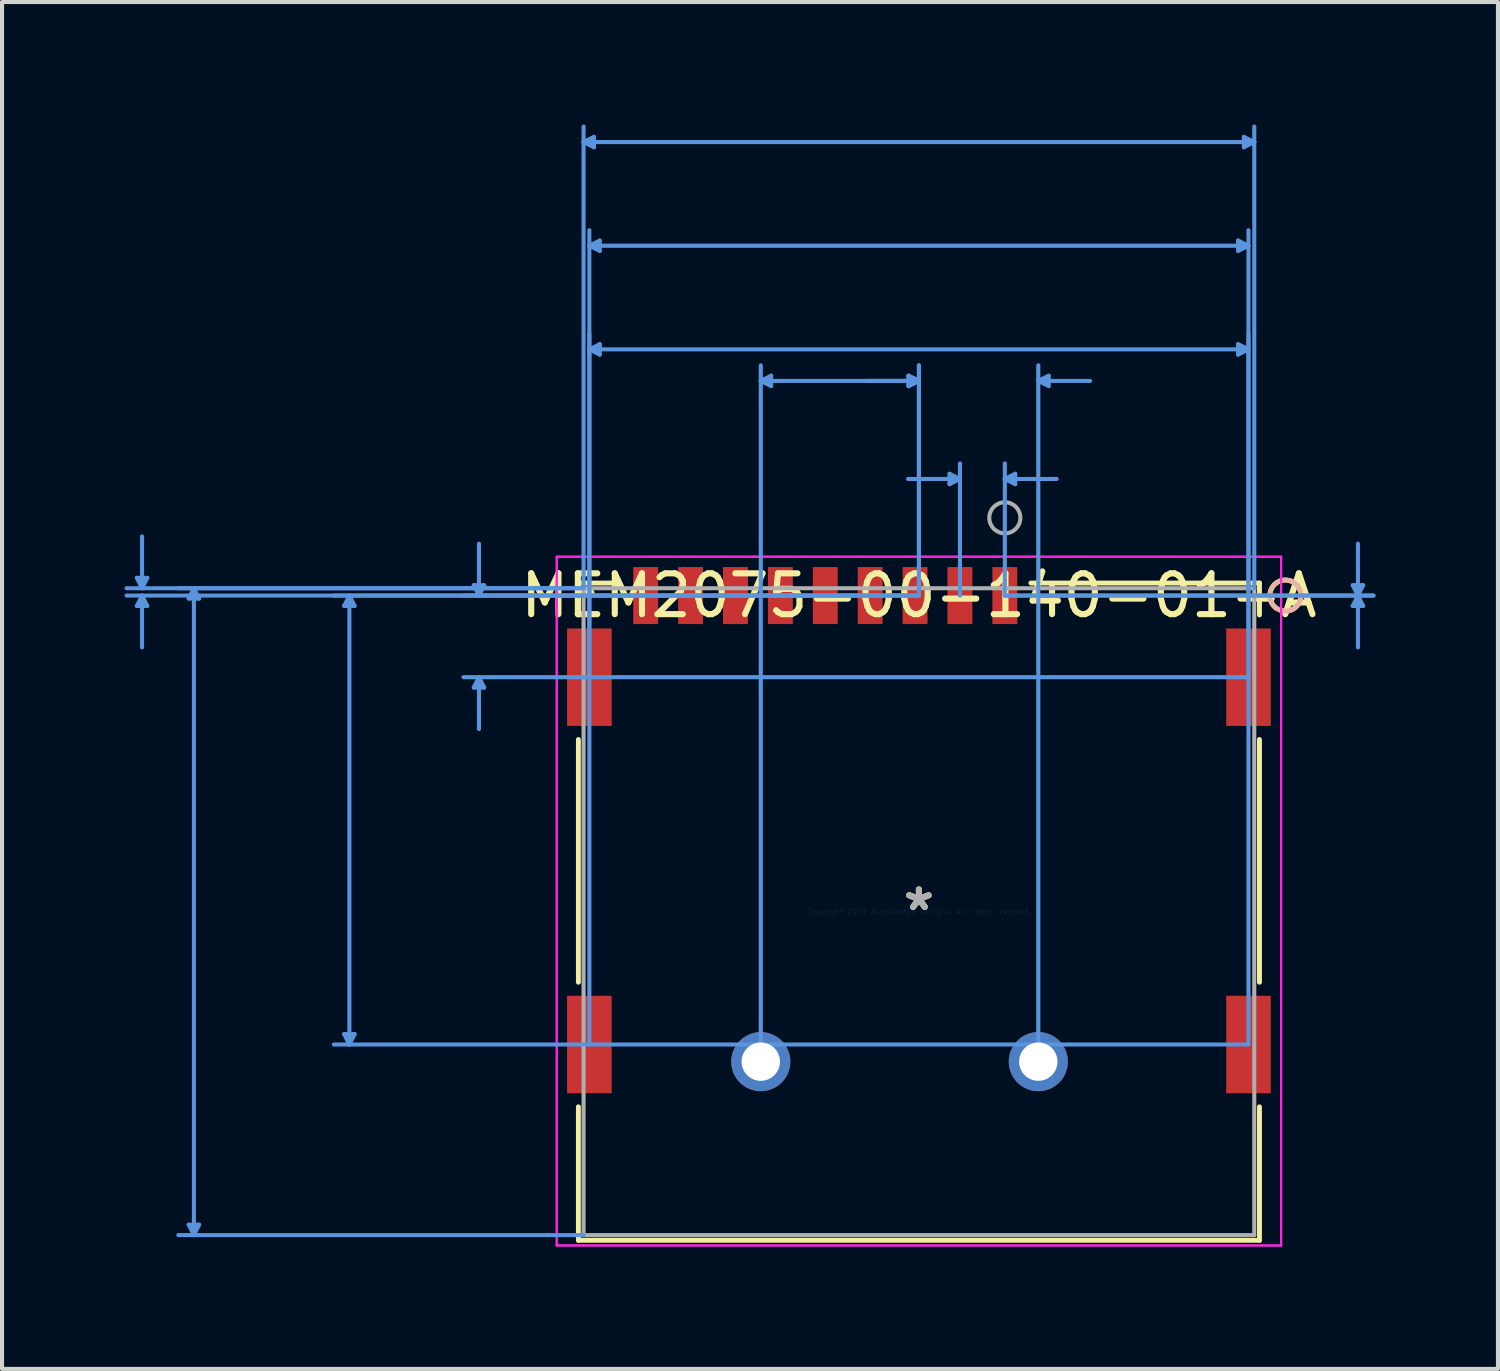
<source format=kicad_pcb>
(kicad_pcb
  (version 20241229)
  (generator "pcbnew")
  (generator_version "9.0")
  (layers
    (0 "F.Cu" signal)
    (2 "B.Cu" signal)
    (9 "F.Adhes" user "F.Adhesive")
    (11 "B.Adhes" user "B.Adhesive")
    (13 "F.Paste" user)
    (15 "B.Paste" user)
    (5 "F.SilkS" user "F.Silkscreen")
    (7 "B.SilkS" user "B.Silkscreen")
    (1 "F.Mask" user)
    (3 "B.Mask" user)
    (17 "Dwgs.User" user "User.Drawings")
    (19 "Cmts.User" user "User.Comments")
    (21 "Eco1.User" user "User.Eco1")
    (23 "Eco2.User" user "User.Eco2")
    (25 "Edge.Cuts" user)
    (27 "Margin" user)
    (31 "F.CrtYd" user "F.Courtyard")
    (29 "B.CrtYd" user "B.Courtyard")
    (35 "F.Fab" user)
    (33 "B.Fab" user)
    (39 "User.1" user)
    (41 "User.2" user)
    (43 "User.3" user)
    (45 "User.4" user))
  (footprint "MEM2075-00-140-01-A"
    (layer "F.Cu")
    (at 19.466 19.288)
    (property "Reference" "MEM2075-00-140-01-A" (at 0 -7.745 0) (layer "F.SilkS") (effects (font (size 1 1) (thickness 0.15))))
    (attr through_hole)
    (fp_line (start -8.344 -8.052) (end -8.344 -7.271) (stroke (width 0.12) (type solid)) (layer "F.SilkS"))
    (fp_line (start -8.344 -4.218) (end -8.344 1.729) (stroke (width 0.12) (type solid)) (layer "F.SilkS"))
    (fp_line (start -8.344 4.782) (end -8.344 8.052) (stroke (width 0.12) (type solid)) (layer "F.SilkS"))
    (fp_line (start -8.344 8.052) (end 8.344 8.052) (stroke (width 0.12) (type solid)) (layer "F.SilkS"))
    (fp_line (start -7.333 -8.052) (end -8.344 -8.052) (stroke (width 0.12) (type solid)) (layer "F.SilkS"))
    (fp_line (start 8.344 -8.052) (end 2.743 -8.052) (stroke (width 0.12) (type solid)) (layer "F.SilkS"))
    (fp_line (start 8.344 -7.271) (end 8.344 -8.052) (stroke (width 0.12) (type solid)) (layer "F.SilkS"))
    (fp_line (start 8.344 1.729) (end 8.344 -4.218) (stroke (width 0.12) (type solid)) (layer "F.SilkS"))
    (fp_line (start 8.344 8.052) (end 8.344 4.782) (stroke (width 0.12) (type solid)) (layer "F.SilkS"))
    (fp_arc (start 8.767855 -7.427592) (mid 8.798966 -8.080634) (end 9.3599 -7.7448) (stroke (width 0.12) (type solid)) (layer "F.SilkS"))
    (fp_arc (start 9.3599 -7.7448) (mid 9.212871 -7.444103) (end 8.885261 -7.375486) (stroke (width 0.12) (type solid)) (layer "F.SilkS"))
    (fp_circle (center 8.979 -7.745) (end 9.36 -7.745) (stroke (width 0.12) (type solid)) (fill no) (layer "B.SilkS"))
    (fp_line (start -19.162 -8.179) (end -18.908 -8.179) (stroke (width 0.1) (type solid)) (layer "Cmts.User"))
    (fp_line (start -19.162 -7.491) (end -18.908 -7.491) (stroke (width 0.1) (type solid)) (layer "Cmts.User"))
    (fp_line (start -19.035 -7.925) (end -19.162 -8.179) (stroke (width 0.1) (type solid)) (layer "Cmts.User"))
    (fp_line (start -19.035 -7.925) (end -19.035 -9.195) (stroke (width 0.1) (type solid)) (layer "Cmts.User"))
    (fp_line (start -19.035 -7.925) (end -18.908 -8.179) (stroke (width 0.1) (type solid)) (layer "Cmts.User"))
    (fp_line (start -19.035 -7.745) (end -19.162 -7.491) (stroke (width 0.1) (type solid)) (layer "Cmts.User"))
    (fp_line (start -19.035 -7.745) (end -19.035 -6.475) (stroke (width 0.1) (type solid)) (layer "Cmts.User"))
    (fp_line (start -19.035 -7.745) (end -18.908 -7.491) (stroke (width 0.1) (type solid)) (layer "Cmts.User"))
    (fp_line (start -17.892 -7.671) (end -17.638 -7.671) (stroke (width 0.1) (type solid)) (layer "Cmts.User"))
    (fp_line (start -17.892 7.671) (end -17.638 7.671) (stroke (width 0.1) (type solid)) (layer "Cmts.User"))
    (fp_line (start -17.765 -7.925) (end -17.892 -7.671) (stroke (width 0.1) (type solid)) (layer "Cmts.User"))
    (fp_line (start -17.765 -7.925) (end -17.765 7.925) (stroke (width 0.1) (type solid)) (layer "Cmts.User"))
    (fp_line (start -17.765 -7.925) (end -17.638 -7.671) (stroke (width 0.1) (type solid)) (layer "Cmts.User"))
    (fp_line (start -17.765 7.925) (end -17.892 7.671) (stroke (width 0.1) (type solid)) (layer "Cmts.User"))
    (fp_line (start -17.765 7.925) (end -17.638 7.671) (stroke (width 0.1) (type solid)) (layer "Cmts.User"))
    (fp_line (start -14.082 -7.491) (end -13.828 -7.491) (stroke (width 0.1) (type solid)) (layer "Cmts.User"))
    (fp_line (start -14.082 3.001) (end -13.828 3.001) (stroke (width 0.1) (type solid)) (layer "Cmts.User"))
    (fp_line (start -13.955 -7.745) (end -14.082 -7.491) (stroke (width 0.1) (type solid)) (layer "Cmts.User"))
    (fp_line (start -13.955 -7.745) (end -13.955 3.255) (stroke (width 0.1) (type solid)) (layer "Cmts.User"))
    (fp_line (start -13.955 -7.745) (end -13.828 -7.491) (stroke (width 0.1) (type solid)) (layer "Cmts.User"))
    (fp_line (start -13.955 3.255) (end -14.082 3.001) (stroke (width 0.1) (type solid)) (layer "Cmts.User"))
    (fp_line (start -13.955 3.255) (end -13.828 3.001) (stroke (width 0.1) (type solid)) (layer "Cmts.User"))
    (fp_line (start -10.907 -7.999) (end -10.653 -7.999) (stroke (width 0.1) (type solid)) (layer "Cmts.User"))
    (fp_line (start -10.907 -5.491) (end -10.653 -5.491) (stroke (width 0.1) (type solid)) (layer "Cmts.User"))
    (fp_line (start -10.78 -7.745) (end -10.907 -7.999) (stroke (width 0.1) (type solid)) (layer "Cmts.User"))
    (fp_line (start -10.78 -7.745) (end -10.78 -9.015) (stroke (width 0.1) (type solid)) (layer "Cmts.User"))
    (fp_line (start -10.78 -7.745) (end -10.653 -7.999) (stroke (width 0.1) (type solid)) (layer "Cmts.User"))
    (fp_line (start -10.78 -5.745) (end -10.907 -5.491) (stroke (width 0.1) (type solid)) (layer "Cmts.User"))
    (fp_line (start -10.78 -5.745) (end -10.78 -4.475) (stroke (width 0.1) (type solid)) (layer "Cmts.User"))
    (fp_line (start -10.78 -5.745) (end -10.653 -5.491) (stroke (width 0.1) (type solid)) (layer "Cmts.User"))
    (fp_line (start -8.217 -18.857) (end -7.963 -18.984) (stroke (width 0.1) (type solid)) (layer "Cmts.User"))
    (fp_line (start -8.217 -18.857) (end -7.963 -18.73) (stroke (width 0.1) (type solid)) (layer "Cmts.User"))
    (fp_line (start -8.217 -18.857) (end 8.217 -18.857) (stroke (width 0.1) (type solid)) (layer "Cmts.User"))
    (fp_line (start -8.217 -7.925) (end -19.416 -7.925) (stroke (width 0.1) (type solid)) (layer "Cmts.User"))
    (fp_line (start -8.217 -7.925) (end -18.146 -7.925) (stroke (width 0.1) (type solid)) (layer "Cmts.User"))
    (fp_line (start -8.217 -7.925) (end -8.217 -19.238) (stroke (width 0.1) (type solid)) (layer "Cmts.User"))
    (fp_line (start -8.217 7.925) (end -18.146 7.925) (stroke (width 0.1) (type solid)) (layer "Cmts.User"))
    (fp_line (start -8.075 -16.317) (end -7.821 -16.444) (stroke (width 0.1) (type solid)) (layer "Cmts.User"))
    (fp_line (start -8.075 -16.317) (end -7.821 -16.19) (stroke (width 0.1) (type solid)) (layer "Cmts.User"))
    (fp_line (start -8.075 -16.317) (end 8.075 -16.317) (stroke (width 0.1) (type solid)) (layer "Cmts.User"))
    (fp_line (start -8.075 -13.777) (end -7.821 -13.904) (stroke (width 0.1) (type solid)) (layer "Cmts.User"))
    (fp_line (start -8.075 -13.777) (end -7.821 -13.65) (stroke (width 0.1) (type solid)) (layer "Cmts.User"))
    (fp_line (start -8.075 -13.777) (end 8.075 -13.777) (stroke (width 0.1) (type solid)) (layer "Cmts.User"))
    (fp_line (start -8.075 -5.745) (end -8.075 -16.698) (stroke (width 0.1) (type solid)) (layer "Cmts.User"))
    (fp_line (start -8.075 3.255) (end -8.075 -14.158) (stroke (width 0.1) (type solid)) (layer "Cmts.User"))
    (fp_line (start -7.963 -18.984) (end -7.963 -18.73) (stroke (width 0.1) (type solid)) (layer "Cmts.User"))
    (fp_line (start -7.821 -16.444) (end -7.821 -16.19) (stroke (width 0.1) (type solid)) (layer "Cmts.User"))
    (fp_line (start -7.821 -13.904) (end -7.821 -13.65) (stroke (width 0.1) (type solid)) (layer "Cmts.User"))
    (fp_line (start -3.875 -13.005) (end -3.621 -13.132) (stroke (width 0.1) (type solid)) (layer "Cmts.User"))
    (fp_line (start -3.875 -13.005) (end -3.621 -12.878) (stroke (width 0.1) (type solid)) (layer "Cmts.User"))
    (fp_line (start -3.875 -13.005) (end 0 -13.005) (stroke (width 0.1) (type solid)) (layer "Cmts.User"))
    (fp_line (start -3.875 3.675) (end -3.875 -13.386) (stroke (width 0.1) (type solid)) (layer "Cmts.User"))
    (fp_line (start -3.621 -13.132) (end -3.621 -12.878) (stroke (width 0.1) (type solid)) (layer "Cmts.User"))
    (fp_line (start -0.254 -13.132) (end -0.254 -12.878) (stroke (width 0.1) (type solid)) (layer "Cmts.User"))
    (fp_line (start -0.254 -13.132) (end -0.254 -12.878) (stroke (width 0.1) (type solid)) (layer "Cmts.User"))
    (fp_line (start 0 -13.005) (end -1.27 -13.005) (stroke (width 0.1) (type solid)) (layer "Cmts.User"))
    (fp_line (start 0 -13.005) (end -0.254 -13.132) (stroke (width 0.1) (type solid)) (layer "Cmts.User"))
    (fp_line (start 0 -13.005) (end -0.254 -13.132) (stroke (width 0.1) (type solid)) (layer "Cmts.User"))
    (fp_line (start 0 -13.005) (end -0.254 -12.878) (stroke (width 0.1) (type solid)) (layer "Cmts.User"))
    (fp_line (start 0 -13.005) (end -0.254 -12.878) (stroke (width 0.1) (type solid)) (layer "Cmts.User"))
    (fp_line (start 0 -7.745) (end -19.416 -7.745) (stroke (width 0.1) (type solid)) (layer "Cmts.User"))
    (fp_line (start 0 -7.745) (end -14.336 -7.745) (stroke (width 0.1) (type solid)) (layer "Cmts.User"))
    (fp_line (start 0 -7.745) (end -11.161 -7.745) (stroke (width 0.1) (type solid)) (layer "Cmts.User"))
    (fp_line (start 0 -7.745) (end 0 -13.386) (stroke (width 0.1) (type solid)) (layer "Cmts.User"))
    (fp_line (start 0 -7.745) (end 0 -13.386) (stroke (width 0.1) (type solid)) (layer "Cmts.User"))
    (fp_line (start 0.751 -10.729) (end 0.751 -10.475) (stroke (width 0.1) (type solid)) (layer "Cmts.User"))
    (fp_line (start 1.005 -10.602) (end -0.265 -10.602) (stroke (width 0.1) (type solid)) (layer "Cmts.User"))
    (fp_line (start 1.005 -10.602) (end 0.751 -10.729) (stroke (width 0.1) (type solid)) (layer "Cmts.User"))
    (fp_line (start 1.005 -10.602) (end 0.751 -10.475) (stroke (width 0.1) (type solid)) (layer "Cmts.User"))
    (fp_line (start 1.005 -7.745) (end 1.005 -10.983) (stroke (width 0.1) (type solid)) (layer "Cmts.User"))
    (fp_line (start 2.105 -10.602) (end 2.359 -10.729) (stroke (width 0.1) (type solid)) (layer "Cmts.User"))
    (fp_line (start 2.105 -10.602) (end 2.359 -10.475) (stroke (width 0.1) (type solid)) (layer "Cmts.User"))
    (fp_line (start 2.105 -10.602) (end 3.375 -10.602) (stroke (width 0.1) (type solid)) (layer "Cmts.User"))
    (fp_line (start 2.105 -7.745) (end 2.105 -10.983) (stroke (width 0.1) (type solid)) (layer "Cmts.User"))
    (fp_line (start 2.105 -7.745) (end 11.138 -7.745) (stroke (width 0.1) (type solid)) (layer "Cmts.User"))
    (fp_line (start 2.105 -7.745) (end 11.138 -7.745) (stroke (width 0.1) (type solid)) (layer "Cmts.User"))
    (fp_line (start 2.359 -10.729) (end 2.359 -10.475) (stroke (width 0.1) (type solid)) (layer "Cmts.User"))
    (fp_line (start 2.925 -13.005) (end 3.179 -13.132) (stroke (width 0.1) (type solid)) (layer "Cmts.User"))
    (fp_line (start 2.925 -13.005) (end 3.179 -12.878) (stroke (width 0.1) (type solid)) (layer "Cmts.User"))
    (fp_line (start 2.925 -13.005) (end 4.195 -13.005) (stroke (width 0.1) (type solid)) (layer "Cmts.User"))
    (fp_line (start 2.925 3.675) (end 2.925 -13.386) (stroke (width 0.1) (type solid)) (layer "Cmts.User"))
    (fp_line (start 3.179 -13.132) (end 3.179 -12.878) (stroke (width 0.1) (type solid)) (layer "Cmts.User"))
    (fp_line (start 7.821 -16.444) (end 7.821 -16.19) (stroke (width 0.1) (type solid)) (layer "Cmts.User"))
    (fp_line (start 7.821 -13.904) (end 7.821 -13.65) (stroke (width 0.1) (type solid)) (layer "Cmts.User"))
    (fp_line (start 7.963 -18.984) (end 7.963 -18.73) (stroke (width 0.1) (type solid)) (layer "Cmts.User"))
    (fp_line (start 8.075 -16.317) (end 7.821 -16.444) (stroke (width 0.1) (type solid)) (layer "Cmts.User"))
    (fp_line (start 8.075 -16.317) (end 7.821 -16.19) (stroke (width 0.1) (type solid)) (layer "Cmts.User"))
    (fp_line (start 8.075 -13.777) (end 7.821 -13.904) (stroke (width 0.1) (type solid)) (layer "Cmts.User"))
    (fp_line (start 8.075 -13.777) (end 7.821 -13.65) (stroke (width 0.1) (type solid)) (layer "Cmts.User"))
    (fp_line (start 8.075 -5.745) (end -11.161 -5.745) (stroke (width 0.1) (type solid)) (layer "Cmts.User"))
    (fp_line (start 8.075 -5.745) (end 8.075 -16.698) (stroke (width 0.1) (type solid)) (layer "Cmts.User"))
    (fp_line (start 8.075 3.255) (end -14.336 3.255) (stroke (width 0.1) (type solid)) (layer "Cmts.User"))
    (fp_line (start 8.075 3.255) (end 8.075 -14.158) (stroke (width 0.1) (type solid)) (layer "Cmts.User"))
    (fp_line (start 8.217 -18.857) (end 7.963 -18.984) (stroke (width 0.1) (type solid)) (layer "Cmts.User"))
    (fp_line (start 8.217 -18.857) (end 7.963 -18.73) (stroke (width 0.1) (type solid)) (layer "Cmts.User"))
    (fp_line (start 8.217 -7.925) (end 8.217 -19.238) (stroke (width 0.1) (type solid)) (layer "Cmts.User"))
    (fp_line (start 10.63 -7.999) (end 10.884 -7.999) (stroke (width 0.1) (type solid)) (layer "Cmts.User"))
    (fp_line (start 10.63 -7.491) (end 10.884 -7.491) (stroke (width 0.1) (type solid)) (layer "Cmts.User"))
    (fp_line (start 10.757 -7.745) (end 10.63 -7.999) (stroke (width 0.1) (type solid)) (layer "Cmts.User"))
    (fp_line (start 10.757 -7.745) (end 10.63 -7.491) (stroke (width 0.1) (type solid)) (layer "Cmts.User"))
    (fp_line (start 10.757 -7.745) (end 10.757 -9.015) (stroke (width 0.1) (type solid)) (layer "Cmts.User"))
    (fp_line (start 10.757 -7.745) (end 10.757 -6.475) (stroke (width 0.1) (type solid)) (layer "Cmts.User"))
    (fp_line (start 10.757 -7.745) (end 10.884 -7.999) (stroke (width 0.1) (type solid)) (layer "Cmts.User"))
    (fp_line (start 10.757 -7.745) (end 10.884 -7.491) (stroke (width 0.1) (type solid)) (layer "Cmts.User"))
    (fp_line (start -8.875 -8.697) (end -8.875 8.179) (stroke (width 0.05) (type solid)) (layer "F.CrtYd"))
    (fp_line (start -8.875 -8.697) (end -8.875 8.179) (stroke (width 0.05) (type solid)) (layer "F.CrtYd"))
    (fp_line (start -8.875 8.179) (end 8.875 8.179) (stroke (width 0.05) (type solid)) (layer "F.CrtYd"))
    (fp_line (start -8.875 8.179) (end 8.875 8.179) (stroke (width 0.05) (type solid)) (layer "F.CrtYd"))
    (fp_line (start 8.875 -8.697) (end -8.875 -8.697) (stroke (width 0.05) (type solid)) (layer "F.CrtYd"))
    (fp_line (start 8.875 -8.697) (end -8.875 -8.697) (stroke (width 0.05) (type solid)) (layer "F.CrtYd"))
    (fp_line (start 8.875 8.179) (end 8.875 -8.697) (stroke (width 0.05) (type solid)) (layer "F.CrtYd"))
    (fp_line (start 8.875 8.179) (end 8.875 -8.697) (stroke (width 0.05) (type solid)) (layer "F.CrtYd"))
    (fp_line (start -8.217 -7.925) (end -8.217 7.925) (stroke (width 0.1) (type solid)) (layer "F.Fab"))
    (fp_line (start -8.217 7.925) (end 8.217 7.925) (stroke (width 0.1) (type solid)) (layer "F.Fab"))
    (fp_line (start 8.217 -7.925) (end -8.217 -7.925) (stroke (width 0.1) (type solid)) (layer "F.Fab"))
    (fp_line (start 8.217 7.925) (end 8.217 -7.925) (stroke (width 0.1) (type solid)) (layer "F.Fab"))
    (fp_circle (center 2.105 -9.65) (end 2.486 -9.65) (stroke (width 0.1) (type solid)) (fill no) (layer "F.Fab"))
    (fp_text user "*" (at 0 0 0) (layer "F.SilkS") (effects (font (size 1 1) (thickness 0.15))))
    (fp_text user "Copyright 2021 Accelerated Designs. All rights reserved." (at 0 0 0) (layer "Cmts.User") (effects (font (size 0.127 0.127) (thickness 0.002))))
    (fp_text user "*" (at 0 0 0) (layer "F.Fab") (effects (font (size 1 1) (thickness 0.15))))
    (pad "10" smd rect (at -8.075 -5.745) (size 1.092 2.388) (layers "F.Cu" "F.Mask" "F.Paste"))
    (pad "11" smd rect (at 8.075 -5.745) (size 1.092 2.388) (layers "F.Cu" "F.Mask" "F.Paste"))
    (pad "12" smd rect (at -8.075 3.255) (size 1.092 2.388) (layers "F.Cu" "F.Mask" "F.Paste"))
    (pad "13" smd rect (at 8.075 3.255) (size 1.092 2.388) (layers "F.Cu" "F.Mask" "F.Paste"))
    (pad "14" thru_hole circle (at -3.875 3.675) (size 1.448 1.448) (drill 0.94) (layers "*.Cu" "*.Mask"))
    (pad "15" thru_hole circle (at 2.925 3.675) (size 1.448 1.448) (drill 0.94) (layers "*.Cu" "*.Mask"))
    (pad "P1" smd rect (at 2.105 -7.745) (size 0.61 1.397) (layers "F.Cu" "F.Mask" "F.Paste"))
    (pad "P2" smd rect (at 1.005 -7.745) (size 0.61 1.397) (layers "F.Cu" "F.Mask" "F.Paste"))
    (pad "P3" smd rect (at -0.095 -7.745) (size 0.61 1.397) (layers "F.Cu" "F.Mask" "F.Paste"))
    (pad "P4" smd rect (at -1.195 -7.745) (size 0.61 1.397) (layers "F.Cu" "F.Mask" "F.Paste"))
    (pad "P5" smd rect (at -2.295 -7.745) (size 0.61 1.397) (layers "F.Cu" "F.Mask" "F.Paste"))
    (pad "P6" smd rect (at -3.395 -7.745) (size 0.61 1.397) (layers "F.Cu" "F.Mask" "F.Paste"))
    (pad "P7" smd rect (at -4.495 -7.745) (size 0.61 1.397) (layers "F.Cu" "F.Mask" "F.Paste"))
    (pad "P8" smd rect (at -5.595 -7.745) (size 0.61 1.397) (layers "F.Cu" "F.Mask" "F.Paste"))
    (pad "P9" smd rect (at -6.695 -7.745) (size 0.61 1.397) (layers "F.Cu" "F.Mask" "F.Paste")))
  (gr_rect
    (start -3 -3)
    (end 33.654 30.492)
    (stroke (width 0.1) (type default))
    (fill no)
    (layer "Edge.Cuts")))
</source>
